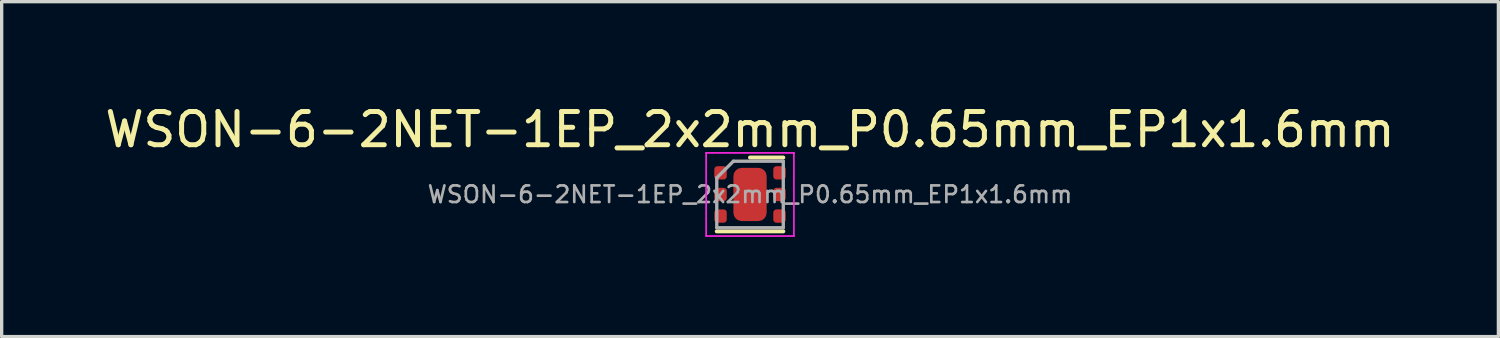
<source format=kicad_pcb>
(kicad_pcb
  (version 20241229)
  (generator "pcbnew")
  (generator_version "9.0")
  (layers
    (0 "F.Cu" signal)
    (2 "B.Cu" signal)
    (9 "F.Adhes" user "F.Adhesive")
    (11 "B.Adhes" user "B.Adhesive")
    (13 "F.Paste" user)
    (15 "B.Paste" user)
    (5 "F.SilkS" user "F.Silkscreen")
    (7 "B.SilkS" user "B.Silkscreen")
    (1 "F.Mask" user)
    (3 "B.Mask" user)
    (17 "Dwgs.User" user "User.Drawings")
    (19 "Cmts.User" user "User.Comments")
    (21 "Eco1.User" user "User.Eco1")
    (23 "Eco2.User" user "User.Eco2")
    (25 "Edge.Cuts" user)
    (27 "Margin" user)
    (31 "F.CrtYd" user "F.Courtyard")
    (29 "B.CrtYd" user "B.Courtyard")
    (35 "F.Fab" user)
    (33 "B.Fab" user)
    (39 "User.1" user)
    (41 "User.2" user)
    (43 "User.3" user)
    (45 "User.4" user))
  (footprint "WSON-6-2NET-1EP_2x2mm_P0.65mm_EP1x1.6mm"
    (layer "F.Cu")
    (at 19.506 2.798)
    (property "Reference" "WSON-6-2NET-1EP_2x2mm_P0.65mm_EP1x1.6mm" (at 0 -1.95 0) (layer "F.SilkS") (effects (font (size 1 1) (thickness 0.15))))
    (attr smd)
    (fp_line (start -1 1.11) (end 1 1.11) (stroke (width 0.12) (type solid)) (layer "F.SilkS"))
    (fp_line (start 0 -1.11) (end 1 -1.11) (stroke (width 0.12) (type solid)) (layer "F.SilkS"))
    (fp_line (start -1.32 -1.25) (end -1.32 1.25) (stroke (width 0.05) (type solid)) (layer "F.CrtYd"))
    (fp_line (start -1.32 1.25) (end 1.32 1.25) (stroke (width 0.05) (type solid)) (layer "F.CrtYd"))
    (fp_line (start 1.32 -1.25) (end -1.32 -1.25) (stroke (width 0.05) (type solid)) (layer "F.CrtYd"))
    (fp_line (start 1.32 1.25) (end 1.32 -1.25) (stroke (width 0.05) (type solid)) (layer "F.CrtYd"))
    (fp_line (start -1 -0.5) (end -0.5 -1) (stroke (width 0.1) (type solid)) (layer "F.Fab"))
    (fp_line (start -1 1) (end -1 -0.5) (stroke (width 0.1) (type solid)) (layer "F.Fab"))
    (fp_line (start -0.5 -1) (end 1 -1) (stroke (width 0.1) (type solid)) (layer "F.Fab"))
    (fp_line (start 1 -1) (end 1 1) (stroke (width 0.1) (type solid)) (layer "F.Fab"))
    (fp_line (start 1 1) (end -1 1) (stroke (width 0.1) (type solid)) (layer "F.Fab"))
    (fp_text user "${REFERENCE}" (at 0 0 0) (layer "F.Fab") (effects (font (size 0.5 0.5) (thickness 0.08))))
    (pad "" smd roundrect (at 0 -0.4) (size 0.81 0.64) (layers "F.Paste") (roundrect_rratio 0.25))
    (pad "" smd roundrect (at 0 0.4) (size 0.81 0.64) (layers "F.Paste") (roundrect_rratio 0.25))
    (pad "1" smd roundrect (at 0.887 -0.65) (size 0.375 0.4) (layers "F.Cu" "F.Mask" "F.Paste") (roundrect_rratio 0.25))
    (pad "1" smd roundrect (at 0.887 0) (size 0.375 0.4) (layers "F.Cu" "F.Mask" "F.Paste") (roundrect_rratio 0.25))
    (pad "1" smd roundrect (at 0.887 0.65) (size 0.375 0.4) (layers "F.Cu" "F.Mask" "F.Paste") (roundrect_rratio 0.25))
    (pad "2" smd roundrect (at -0.887 -0.65) (size 0.375 0.4) (layers "F.Cu" "F.Mask" "F.Paste") (roundrect_rratio 0.25))
    (pad "2" smd roundrect (at -0.887 0) (size 0.375 0.4) (layers "F.Cu" "F.Mask" "F.Paste") (roundrect_rratio 0.25))
    (pad "2" smd roundrect (at -0.887 0.65) (size 0.375 0.4) (layers "F.Cu" "F.Mask" "F.Paste") (roundrect_rratio 0.25))
    (pad "7" smd roundrect (at 0 0) (size 1 1.6) (layers "F.Cu" "F.Mask") (roundrect_rratio 0.25)))
  (gr_rect
    (start -3 -3)
    (end 42.012 7.073)
    (stroke (width 0.1) (type default))
    (fill no)
    (layer "Edge.Cuts")))
</source>
